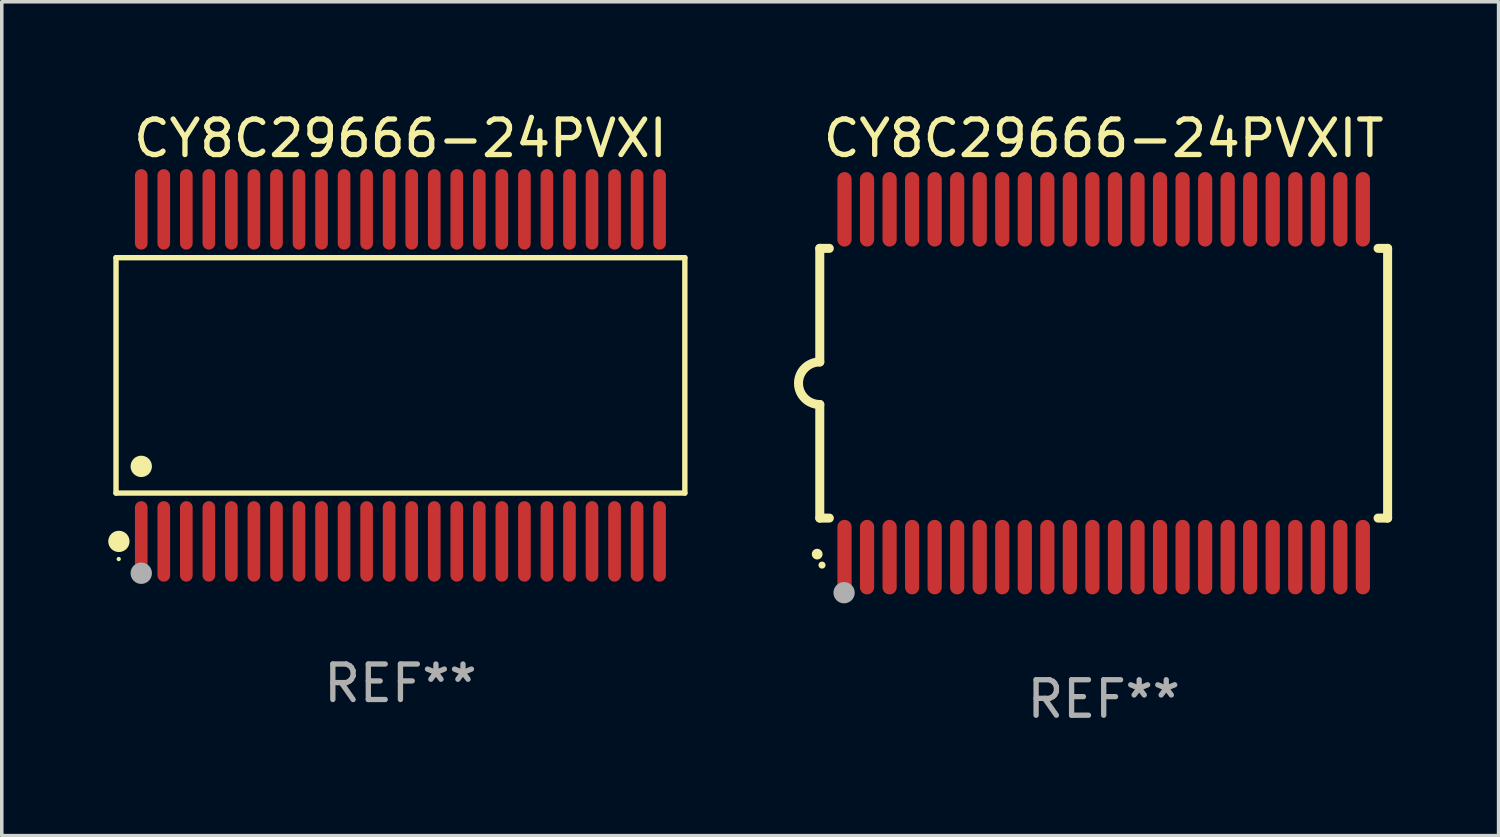
<source format=kicad_pcb>
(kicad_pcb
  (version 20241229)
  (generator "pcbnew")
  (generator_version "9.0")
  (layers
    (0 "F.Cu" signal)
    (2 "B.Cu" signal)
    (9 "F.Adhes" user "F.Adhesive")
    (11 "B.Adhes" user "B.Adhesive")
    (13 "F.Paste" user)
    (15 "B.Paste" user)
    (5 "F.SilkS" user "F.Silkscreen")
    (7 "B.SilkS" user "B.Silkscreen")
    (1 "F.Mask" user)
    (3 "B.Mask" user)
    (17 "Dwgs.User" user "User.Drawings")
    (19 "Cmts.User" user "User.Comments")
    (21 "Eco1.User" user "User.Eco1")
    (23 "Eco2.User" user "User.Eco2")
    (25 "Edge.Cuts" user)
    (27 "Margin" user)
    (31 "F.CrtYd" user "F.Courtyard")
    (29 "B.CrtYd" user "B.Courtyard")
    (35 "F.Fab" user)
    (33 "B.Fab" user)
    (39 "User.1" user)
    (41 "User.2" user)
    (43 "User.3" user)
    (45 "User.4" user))
  (footprint "CY8C29666-24PVXI"
    (layer "F.Cu")
    (at 8.233 7.527)
    (property "Reference" "CY8C29666-24PVXI" (at 0 -6.678 0) (layer "F.SilkS") (effects (font (size 1 1) (thickness 0.15))))
    (attr through_hole)
    (fp_line (start -8.014 -3.316) (end 8.014 -3.316) (stroke (width 0.152) (type solid)) (layer "F.SilkS"))
    (fp_line (start -8.014 3.316) (end -8.014 -3.316) (stroke (width 0.152) (type solid)) (layer "F.SilkS"))
    (fp_line (start 8.014 -3.316) (end 8.014 3.316) (stroke (width 0.152) (type solid)) (layer "F.SilkS"))
    (fp_line (start 8.014 3.316) (end -8.014 3.316) (stroke (width 0.152) (type solid)) (layer "F.SilkS"))
    (fp_circle (center -7.938 5.175) (end -7.908 5.175) (stroke (width 0.06) (type solid)) (fill no) (layer "F.SilkS"))
    (fp_circle (center -7.933 4.678) (end -7.783 4.678) (stroke (width 0.3) (type solid)) (fill no) (layer "F.SilkS"))
    (fp_circle (center -7.303 2.564) (end -7.152 2.564) (stroke (width 0.3) (type solid)) (fill no) (layer "F.SilkS"))
    (fp_circle (center -7.303 5.575) (end -7.152 5.575) (stroke (width 0.3) (type solid)) (fill no) (layer "F.Fab"))
    (fp_text user "REF**" (at 0 8.678 0) (layer "F.Fab") (effects (font (size 1 1) (thickness 0.15))))
    (pad "1" smd oval (at -7.303 4.678) (size 0.356 2.267) (layers "F.Cu" "F.Mask" "F.Paste"))
    (pad "2" smd oval (at -6.668 4.678) (size 0.356 2.267) (layers "F.Cu" "F.Mask" "F.Paste"))
    (pad "3" smd oval (at -6.033 4.678) (size 0.356 2.267) (layers "F.Cu" "F.Mask" "F.Paste"))
    (pad "4" smd oval (at -5.398 4.678) (size 0.356 2.267) (layers "F.Cu" "F.Mask" "F.Paste"))
    (pad "5" smd oval (at -4.763 4.678) (size 0.356 2.267) (layers "F.Cu" "F.Mask" "F.Paste"))
    (pad "6" smd oval (at -4.128 4.678) (size 0.356 2.267) (layers "F.Cu" "F.Mask" "F.Paste"))
    (pad "7" smd oval (at -3.493 4.678) (size 0.356 2.267) (layers "F.Cu" "F.Mask" "F.Paste"))
    (pad "8" smd oval (at -2.858 4.678) (size 0.356 2.267) (layers "F.Cu" "F.Mask" "F.Paste"))
    (pad "9" smd oval (at -2.223 4.678) (size 0.356 2.267) (layers "F.Cu" "F.Mask" "F.Paste"))
    (pad "10" smd oval (at -1.588 4.678) (size 0.356 2.267) (layers "F.Cu" "F.Mask" "F.Paste"))
    (pad "11" smd oval (at -0.953 4.678) (size 0.356 2.267) (layers "F.Cu" "F.Mask" "F.Paste"))
    (pad "12" smd oval (at -0.318 4.678) (size 0.356 2.267) (layers "F.Cu" "F.Mask" "F.Paste"))
    (pad "13" smd oval (at 0.318 4.678) (size 0.356 2.267) (layers "F.Cu" "F.Mask" "F.Paste"))
    (pad "14" smd oval (at 0.953 4.678) (size 0.356 2.267) (layers "F.Cu" "F.Mask" "F.Paste"))
    (pad "15" smd oval (at 1.588 4.678) (size 0.356 2.267) (layers "F.Cu" "F.Mask" "F.Paste"))
    (pad "16" smd oval (at 2.223 4.678) (size 0.356 2.267) (layers "F.Cu" "F.Mask" "F.Paste"))
    (pad "17" smd oval (at 2.858 4.678) (size 0.356 2.267) (layers "F.Cu" "F.Mask" "F.Paste"))
    (pad "18" smd oval (at 3.493 4.678) (size 0.356 2.267) (layers "F.Cu" "F.Mask" "F.Paste"))
    (pad "19" smd oval (at 4.128 4.678) (size 0.356 2.267) (layers "F.Cu" "F.Mask" "F.Paste"))
    (pad "20" smd oval (at 4.763 4.678) (size 0.356 2.267) (layers "F.Cu" "F.Mask" "F.Paste"))
    (pad "21" smd oval (at 5.398 4.678) (size 0.356 2.267) (layers "F.Cu" "F.Mask" "F.Paste"))
    (pad "22" smd oval (at 6.033 4.678) (size 0.356 2.267) (layers "F.Cu" "F.Mask" "F.Paste"))
    (pad "23" smd oval (at 6.668 4.678) (size 0.356 2.267) (layers "F.Cu" "F.Mask" "F.Paste"))
    (pad "24" smd oval (at 7.303 4.678) (size 0.356 2.267) (layers "F.Cu" "F.Mask" "F.Paste"))
    (pad "25" smd oval (at 7.303 -4.678) (size 0.356 2.267) (layers "F.Cu" "F.Mask" "F.Paste"))
    (pad "26" smd oval (at 6.668 -4.678) (size 0.356 2.267) (layers "F.Cu" "F.Mask" "F.Paste"))
    (pad "27" smd oval (at 6.033 -4.678) (size 0.356 2.267) (layers "F.Cu" "F.Mask" "F.Paste"))
    (pad "28" smd oval (at 5.398 -4.678) (size 0.356 2.267) (layers "F.Cu" "F.Mask" "F.Paste"))
    (pad "29" smd oval (at 4.763 -4.678) (size 0.356 2.267) (layers "F.Cu" "F.Mask" "F.Paste"))
    (pad "30" smd oval (at 4.128 -4.678) (size 0.356 2.267) (layers "F.Cu" "F.Mask" "F.Paste"))
    (pad "31" smd oval (at 3.493 -4.678) (size 0.356 2.267) (layers "F.Cu" "F.Mask" "F.Paste"))
    (pad "32" smd oval (at 2.858 -4.678) (size 0.356 2.267) (layers "F.Cu" "F.Mask" "F.Paste"))
    (pad "33" smd oval (at 2.223 -4.678) (size 0.356 2.267) (layers "F.Cu" "F.Mask" "F.Paste"))
    (pad "34" smd oval (at 1.588 -4.678) (size 0.356 2.267) (layers "F.Cu" "F.Mask" "F.Paste"))
    (pad "35" smd oval (at 0.953 -4.678) (size 0.356 2.267) (layers "F.Cu" "F.Mask" "F.Paste"))
    (pad "36" smd oval (at 0.318 -4.678) (size 0.356 2.267) (layers "F.Cu" "F.Mask" "F.Paste"))
    (pad "37" smd oval (at -0.318 -4.678) (size 0.356 2.267) (layers "F.Cu" "F.Mask" "F.Paste"))
    (pad "38" smd oval (at -0.953 -4.678) (size 0.356 2.267) (layers "F.Cu" "F.Mask" "F.Paste"))
    (pad "39" smd oval (at -1.588 -4.678) (size 0.356 2.267) (layers "F.Cu" "F.Mask" "F.Paste"))
    (pad "40" smd oval (at -2.223 -4.678) (size 0.356 2.267) (layers "F.Cu" "F.Mask" "F.Paste"))
    (pad "41" smd oval (at -2.858 -4.678) (size 0.356 2.267) (layers "F.Cu" "F.Mask" "F.Paste"))
    (pad "42" smd oval (at -3.493 -4.678) (size 0.356 2.267) (layers "F.Cu" "F.Mask" "F.Paste"))
    (pad "43" smd oval (at -4.128 -4.678) (size 0.356 2.267) (layers "F.Cu" "F.Mask" "F.Paste"))
    (pad "44" smd oval (at -4.763 -4.678) (size 0.356 2.267) (layers "F.Cu" "F.Mask" "F.Paste"))
    (pad "45" smd oval (at -5.398 -4.678) (size 0.356 2.267) (layers "F.Cu" "F.Mask" "F.Paste"))
    (pad "46" smd oval (at -6.033 -4.678) (size 0.356 2.267) (layers "F.Cu" "F.Mask" "F.Paste"))
    (pad "47" smd oval (at -6.668 -4.678) (size 0.356 2.267) (layers "F.Cu" "F.Mask" "F.Paste"))
    (pad "48" smd oval (at -7.303 -4.678) (size 0.356 2.267) (layers "F.Cu" "F.Mask" "F.Paste")))
  (footprint "CY8C29666-24PVXIT"
    (layer "F.Cu")
    (at 28.049 7.748)
    (property "Reference" "CY8C29666-24PVXIT" (at 0 -6.9 0) (layer "F.SilkS") (effects (font (size 1 1) (thickness 0.15))))
    (attr through_hole)
    (fp_line (start -8 -3.8) (end -8 -0.599) (stroke (width 0.254) (type solid)) (layer "F.SilkS"))
    (fp_line (start -8 -3.8) (end -7.731 -3.8) (stroke (width 0.254) (type solid)) (layer "F.SilkS"))
    (fp_line (start -8 3.8) (end -8 0.599) (stroke (width 0.254) (type solid)) (layer "F.SilkS"))
    (fp_line (start -7.731 3.8) (end -8 3.8) (stroke (width 0.254) (type solid)) (layer "F.SilkS"))
    (fp_line (start 7.731 -3.8) (end 8 -3.8) (stroke (width 0.254) (type solid)) (layer "F.SilkS"))
    (fp_line (start 8 -3.8) (end 8 3.8) (stroke (width 0.254) (type solid)) (layer "F.SilkS"))
    (fp_line (start 8 3.8) (end 7.731 3.8) (stroke (width 0.254) (type solid)) (layer "F.SilkS"))
    (fp_arc (start -8.074676 4.81585) (mid -8.073406 4.815845) (end -8.072136 4.81585) (stroke (width 0.3) (type solid)) (layer "F.SilkS"))
    (fp_arc (start -8.000025 0.6) (mid -8.598908 0.00056) (end -8.000027 -0.598882) (stroke (width 0.254001) (type solid)) (layer "F.SilkS"))
    (fp_circle (center -7.937 5.125) (end -7.887 5.125) (stroke (width 0.1) (type solid)) (fill no) (layer "F.SilkS"))
    (fp_circle (center -7.315 5.903) (end -7.165 5.903) (stroke (width 0.3) (type solid)) (fill no) (layer "F.Fab"))
    (fp_text user "REF**" (at 0 8.9 0) (layer "F.Fab") (effects (font (size 1 1) (thickness 0.15))))
    (pad "1" smd oval (at -7.303 4.9) (size 0.4 2.1) (layers "F.Cu" "F.Mask" "F.Paste"))
    (pad "2" smd oval (at -6.668 4.9) (size 0.4 2.1) (layers "F.Cu" "F.Mask" "F.Paste"))
    (pad "3" smd oval (at -6.033 4.9) (size 0.4 2.1) (layers "F.Cu" "F.Mask" "F.Paste"))
    (pad "4" smd oval (at -5.398 4.9) (size 0.4 2.1) (layers "F.Cu" "F.Mask" "F.Paste"))
    (pad "5" smd oval (at -4.763 4.9) (size 0.4 2.1) (layers "F.Cu" "F.Mask" "F.Paste"))
    (pad "6" smd oval (at -4.128 4.9) (size 0.4 2.1) (layers "F.Cu" "F.Mask" "F.Paste"))
    (pad "7" smd oval (at -3.493 4.9) (size 0.4 2.1) (layers "F.Cu" "F.Mask" "F.Paste"))
    (pad "8" smd oval (at -2.858 4.9) (size 0.4 2.1) (layers "F.Cu" "F.Mask" "F.Paste"))
    (pad "9" smd oval (at -2.223 4.9) (size 0.4 2.1) (layers "F.Cu" "F.Mask" "F.Paste"))
    (pad "10" smd oval (at -1.588 4.9) (size 0.4 2.1) (layers "F.Cu" "F.Mask" "F.Paste"))
    (pad "11" smd oval (at -0.953 4.9) (size 0.4 2.1) (layers "F.Cu" "F.Mask" "F.Paste"))
    (pad "12" smd oval (at -0.318 4.9) (size 0.4 2.1) (layers "F.Cu" "F.Mask" "F.Paste"))
    (pad "13" smd oval (at 0.318 4.9) (size 0.4 2.1) (layers "F.Cu" "F.Mask" "F.Paste"))
    (pad "14" smd oval (at 0.953 4.9) (size 0.4 2.1) (layers "F.Cu" "F.Mask" "F.Paste"))
    (pad "15" smd oval (at 1.588 4.9) (size 0.4 2.1) (layers "F.Cu" "F.Mask" "F.Paste"))
    (pad "16" smd oval (at 2.223 4.9) (size 0.4 2.1) (layers "F.Cu" "F.Mask" "F.Paste"))
    (pad "17" smd oval (at 2.858 4.9) (size 0.4 2.1) (layers "F.Cu" "F.Mask" "F.Paste"))
    (pad "18" smd oval (at 3.493 4.9) (size 0.4 2.1) (layers "F.Cu" "F.Mask" "F.Paste"))
    (pad "19" smd oval (at 4.128 4.9) (size 0.4 2.1) (layers "F.Cu" "F.Mask" "F.Paste"))
    (pad "20" smd oval (at 4.763 4.9) (size 0.4 2.1) (layers "F.Cu" "F.Mask" "F.Paste"))
    (pad "21" smd oval (at 5.398 4.9) (size 0.4 2.1) (layers "F.Cu" "F.Mask" "F.Paste"))
    (pad "22" smd oval (at 6.033 4.9) (size 0.4 2.1) (layers "F.Cu" "F.Mask" "F.Paste"))
    (pad "23" smd oval (at 6.668 4.9) (size 0.4 2.1) (layers "F.Cu" "F.Mask" "F.Paste"))
    (pad "24" smd oval (at 7.303 4.9) (size 0.4 2.1) (layers "F.Cu" "F.Mask" "F.Paste"))
    (pad "25" smd oval (at 7.303 -4.9 180) (size 0.4 2.1) (layers "F.Cu" "F.Mask" "F.Paste"))
    (pad "26" smd oval (at 6.668 -4.9 180) (size 0.4 2.1) (layers "F.Cu" "F.Mask" "F.Paste"))
    (pad "27" smd oval (at 6.033 -4.9 180) (size 0.4 2.1) (layers "F.Cu" "F.Mask" "F.Paste"))
    (pad "28" smd oval (at 5.398 -4.9 180) (size 0.4 2.1) (layers "F.Cu" "F.Mask" "F.Paste"))
    (pad "29" smd oval (at 4.763 -4.9 180) (size 0.4 2.1) (layers "F.Cu" "F.Mask" "F.Paste"))
    (pad "30" smd oval (at 4.128 -4.9 180) (size 0.4 2.1) (layers "F.Cu" "F.Mask" "F.Paste"))
    (pad "31" smd oval (at 3.493 -4.9 180) (size 0.4 2.1) (layers "F.Cu" "F.Mask" "F.Paste"))
    (pad "32" smd oval (at 2.858 -4.9 180) (size 0.4 2.1) (layers "F.Cu" "F.Mask" "F.Paste"))
    (pad "33" smd oval (at 2.223 -4.9 180) (size 0.4 2.1) (layers "F.Cu" "F.Mask" "F.Paste"))
    (pad "34" smd oval (at 1.588 -4.9 180) (size 0.4 2.1) (layers "F.Cu" "F.Mask" "F.Paste"))
    (pad "35" smd oval (at 0.953 -4.9 180) (size 0.4 2.1) (layers "F.Cu" "F.Mask" "F.Paste"))
    (pad "36" smd oval (at 0.318 -4.9 180) (size 0.4 2.1) (layers "F.Cu" "F.Mask" "F.Paste"))
    (pad "37" smd oval (at -0.318 -4.9 180) (size 0.4 2.1) (layers "F.Cu" "F.Mask" "F.Paste"))
    (pad "38" smd oval (at -0.953 -4.9 180) (size 0.4 2.1) (layers "F.Cu" "F.Mask" "F.Paste"))
    (pad "39" smd oval (at -1.588 -4.9 180) (size 0.4 2.1) (layers "F.Cu" "F.Mask" "F.Paste"))
    (pad "40" smd oval (at -2.223 -4.9 180) (size 0.4 2.1) (layers "F.Cu" "F.Mask" "F.Paste"))
    (pad "41" smd oval (at -2.858 -4.9 180) (size 0.4 2.1) (layers "F.Cu" "F.Mask" "F.Paste"))
    (pad "42" smd oval (at -3.493 -4.9 180) (size 0.4 2.1) (layers "F.Cu" "F.Mask" "F.Paste"))
    (pad "43" smd oval (at -4.128 -4.9 180) (size 0.4 2.1) (layers "F.Cu" "F.Mask" "F.Paste"))
    (pad "44" smd oval (at -4.763 -4.9 180) (size 0.4 2.1) (layers "F.Cu" "F.Mask" "F.Paste"))
    (pad "45" smd oval (at -5.398 -4.9 180) (size 0.4 2.1) (layers "F.Cu" "F.Mask" "F.Paste"))
    (pad "46" smd oval (at -6.033 -4.9 180) (size 0.4 2.1) (layers "F.Cu" "F.Mask" "F.Paste"))
    (pad "47" smd oval (at -6.668 -4.9 180) (size 0.4 2.1) (layers "F.Cu" "F.Mask" "F.Paste"))
    (pad "48" smd oval (at -7.303 -4.9 180) (size 0.4 2.1) (layers "F.Cu" "F.Mask" "F.Paste")))
  (gr_rect
    (start -3 -3)
    (end 39.176 20.496)
    (stroke (width 0.1) (type default))
    (fill no)
    (layer "Edge.Cuts")))
</source>
